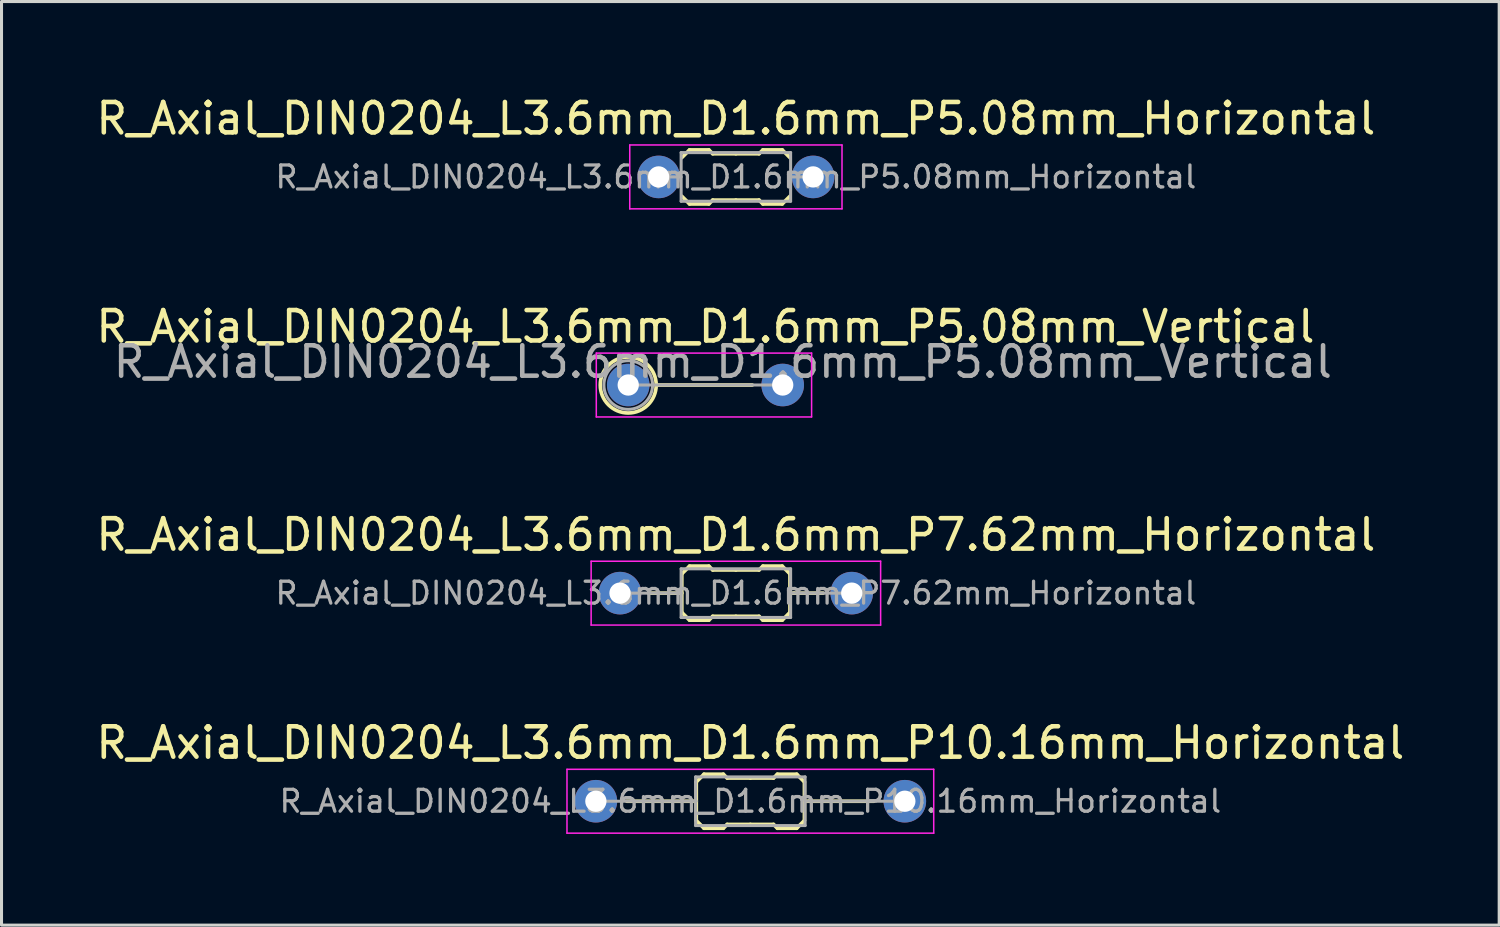
<source format=kicad_pcb>
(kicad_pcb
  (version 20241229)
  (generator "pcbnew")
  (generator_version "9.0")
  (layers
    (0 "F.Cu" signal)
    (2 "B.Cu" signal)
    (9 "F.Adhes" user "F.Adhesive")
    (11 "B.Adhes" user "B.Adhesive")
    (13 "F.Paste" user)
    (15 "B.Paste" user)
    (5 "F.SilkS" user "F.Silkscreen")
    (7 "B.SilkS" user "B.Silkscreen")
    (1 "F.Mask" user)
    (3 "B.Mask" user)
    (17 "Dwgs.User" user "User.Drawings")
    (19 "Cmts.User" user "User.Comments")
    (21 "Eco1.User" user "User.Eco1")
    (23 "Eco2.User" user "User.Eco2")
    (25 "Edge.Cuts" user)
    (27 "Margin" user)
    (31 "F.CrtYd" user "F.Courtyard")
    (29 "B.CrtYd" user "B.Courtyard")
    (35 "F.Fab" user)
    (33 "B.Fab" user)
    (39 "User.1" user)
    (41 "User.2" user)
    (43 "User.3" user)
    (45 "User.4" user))
  (footprint "R_Axial_DIN0204_L3.6mm_D1.6mm_P5.08mm_Vertical"
    (layer "F.Cu")
    (at 17.609 9.611)
    (property "Reference" "R_Axial_DIN0204_L3.6mm_D1.6mm_P5.08mm_Vertical" (at 2.54 -1.92 0) (layer "F.SilkS") (effects (font (size 1 1) (thickness 0.15))))
    (attr through_hole)
    (fp_line (start 0.92 0) (end 4.08 0) (stroke (width 0.12) (type solid)) (layer "F.SilkS"))
    (fp_circle (center 0 0) (end 0.92 0) (stroke (width 0.12) (type solid)) (fill no) (layer "F.SilkS"))
    (fp_line (start -1.05 -1.05) (end -1.05 1.05) (stroke (width 0.05) (type solid)) (layer "F.CrtYd"))
    (fp_line (start -1.05 1.05) (end 6.03 1.05) (stroke (width 0.05) (type solid)) (layer "F.CrtYd"))
    (fp_line (start 6.03 -1.05) (end -1.05 -1.05) (stroke (width 0.05) (type solid)) (layer "F.CrtYd"))
    (fp_line (start 6.03 1.05) (end 6.03 -1.05) (stroke (width 0.05) (type solid)) (layer "F.CrtYd"))
    (fp_line (start 0 0) (end 5.08 0) (stroke (width 0.1) (type solid)) (layer "F.Fab"))
    (fp_circle (center 0 0) (end 0.8 0) (stroke (width 0.1) (type solid)) (fill no) (layer "F.Fab"))
    (fp_text user "${REFERENCE}" (at 3.111 -0.762 0) (layer "F.Fab") (effects (font (size 1 1) (thickness 0.15))))
    (pad "1" thru_hole circle (at 0 0) (size 1.4 1.4) (drill 0.7) (layers "*.Cu" "*.Mask"))
    (pad "2" thru_hole oval (at 5.08 0) (size 1.4 1.4) (drill 0.7) (layers "*.Cu" "*.Mask")))
  (footprint "R_Axial_DIN0204_L3.6mm_D1.6mm_P10.16mm_Horizontal"
    (layer "F.Cu")
    (at 16.545 23.298)
    (property "Reference" "R_Axial_DIN0204_L3.6mm_D1.6mm_P10.16mm_Horizontal" (at 5.08 -1.92 0) (layer "F.SilkS") (effects (font (size 1 1) (thickness 0.15))))
    (attr through_hole)
    (fp_line (start 1.016 0) (end 3.16 0) (stroke (width 0.12) (type solid)) (layer "F.SilkS"))
    (fp_line (start 3.16 0) (end 3.302 0) (stroke (width 0.12) (type solid)) (layer "F.SilkS"))
    (fp_line (start 3.302 -0.635) (end 3.556 -0.889) (stroke (width 0.12) (type solid)) (layer "F.SilkS"))
    (fp_line (start 3.302 0.635) (end 3.302 -0.635) (stroke (width 0.12) (type solid)) (layer "F.SilkS"))
    (fp_line (start 3.302 0.635) (end 3.556 0.889) (stroke (width 0.12) (type solid)) (layer "F.SilkS"))
    (fp_line (start 3.556 -0.889) (end 4.191 -0.889) (stroke (width 0.12) (type solid)) (layer "F.SilkS"))
    (fp_line (start 3.556 0.889) (end 4.191 0.889) (stroke (width 0.12) (type solid)) (layer "F.SilkS"))
    (fp_line (start 4.191 -0.889) (end 4.318 -0.762) (stroke (width 0.12) (type solid)) (layer "F.SilkS"))
    (fp_line (start 4.191 0.889) (end 4.318 0.762) (stroke (width 0.12) (type solid)) (layer "F.SilkS"))
    (fp_line (start 4.318 -0.762) (end 5.08 -0.762) (stroke (width 0.12) (type solid)) (layer "F.SilkS"))
    (fp_line (start 4.318 0.762) (end 5.08 0.762) (stroke (width 0.12) (type solid)) (layer "F.SilkS"))
    (fp_line (start 5.842 -0.762) (end 5.08 -0.762) (stroke (width 0.12) (type solid)) (layer "F.SilkS"))
    (fp_line (start 5.842 0.762) (end 5.08 0.762) (stroke (width 0.12) (type solid)) (layer "F.SilkS"))
    (fp_line (start 5.969 -0.889) (end 5.842 -0.762) (stroke (width 0.12) (type solid)) (layer "F.SilkS"))
    (fp_line (start 5.969 0.889) (end 5.842 0.762) (stroke (width 0.12) (type solid)) (layer "F.SilkS"))
    (fp_line (start 6.604 -0.889) (end 5.969 -0.889) (stroke (width 0.12) (type solid)) (layer "F.SilkS"))
    (fp_line (start 6.604 0.889) (end 5.969 0.889) (stroke (width 0.12) (type solid)) (layer "F.SilkS"))
    (fp_line (start 6.858 -0.635) (end 6.604 -0.889) (stroke (width 0.12) (type solid)) (layer "F.SilkS"))
    (fp_line (start 6.858 -0.635) (end 6.858 0.635) (stroke (width 0.12) (type solid)) (layer "F.SilkS"))
    (fp_line (start 6.858 0.635) (end 6.604 0.889) (stroke (width 0.12) (type solid)) (layer "F.SilkS"))
    (fp_line (start 6.985 0) (end 6.858 0) (stroke (width 0.12) (type solid)) (layer "F.SilkS"))
    (fp_line (start 9.144 0) (end 7 0) (stroke (width 0.12) (type solid)) (layer "F.SilkS"))
    (fp_line (start -0.95 -1.05) (end -0.95 1.05) (stroke (width 0.05) (type solid)) (layer "F.CrtYd"))
    (fp_line (start -0.95 1.05) (end 11.11 1.05) (stroke (width 0.05) (type solid)) (layer "F.CrtYd"))
    (fp_line (start 11.11 -1.05) (end -0.95 -1.05) (stroke (width 0.05) (type solid)) (layer "F.CrtYd"))
    (fp_line (start 11.11 1.05) (end 11.11 -1.05) (stroke (width 0.05) (type solid)) (layer "F.CrtYd"))
    (fp_line (start 0 0) (end 3.302 0) (stroke (width 0.1) (type solid)) (layer "F.Fab"))
    (fp_line (start 3.28 -0.8) (end 3.28 0.8) (stroke (width 0.1) (type solid)) (layer "F.Fab"))
    (fp_line (start 3.28 0.8) (end 6.88 0.8) (stroke (width 0.1) (type solid)) (layer "F.Fab"))
    (fp_line (start 6.88 -0.8) (end 3.28 -0.8) (stroke (width 0.1) (type solid)) (layer "F.Fab"))
    (fp_line (start 6.88 0.8) (end 6.88 -0.8) (stroke (width 0.1) (type solid)) (layer "F.Fab"))
    (fp_line (start 10.16 0) (end 6.88 0) (stroke (width 0.1) (type solid)) (layer "F.Fab"))
    (fp_text user "${REFERENCE}" (at 5.08 0 0) (layer "F.Fab") (effects (font (size 0.72 0.72) (thickness 0.108))))
    (pad "1" thru_hole circle (at 0 0) (size 1.4 1.4) (drill 0.7) (layers "*.Cu" "*.Mask"))
    (pad "2" thru_hole oval (at 10.16 0) (size 1.4 1.4) (drill 0.7) (layers "*.Cu" "*.Mask")))
  (footprint "R_Axial_DIN0204_L3.6mm_D1.6mm_P5.08mm_Horizontal"
    (layer "F.Cu")
    (at 18.609 2.768)
    (property "Reference" "R_Axial_DIN0204_L3.6mm_D1.6mm_P5.08mm_Horizontal" (at 2.54 -1.92 0) (layer "F.SilkS") (effects (font (size 1 1) (thickness 0.15))))
    (attr through_hole)
    (fp_line (start 0.762 -0.635) (end 1.016 -0.889) (stroke (width 0.12) (type solid)) (layer "F.SilkS"))
    (fp_line (start 0.762 0.635) (end 1.016 0.889) (stroke (width 0.12) (type solid)) (layer "F.SilkS"))
    (fp_line (start 1.016 -0.889) (end 1.651 -0.889) (stroke (width 0.12) (type solid)) (layer "F.SilkS"))
    (fp_line (start 1.016 0.889) (end 1.651 0.889) (stroke (width 0.12) (type solid)) (layer "F.SilkS"))
    (fp_line (start 1.651 -0.889) (end 1.778 -0.762) (stroke (width 0.12) (type solid)) (layer "F.SilkS"))
    (fp_line (start 1.651 0.889) (end 1.778 0.762) (stroke (width 0.12) (type solid)) (layer "F.SilkS"))
    (fp_line (start 1.778 -0.762) (end 2.54 -0.762) (stroke (width 0.12) (type solid)) (layer "F.SilkS"))
    (fp_line (start 1.778 0.762) (end 2.54 0.762) (stroke (width 0.12) (type solid)) (layer "F.SilkS"))
    (fp_line (start 3.302 -0.762) (end 2.54 -0.762) (stroke (width 0.12) (type solid)) (layer "F.SilkS"))
    (fp_line (start 3.302 0.762) (end 2.54 0.762) (stroke (width 0.12) (type solid)) (layer "F.SilkS"))
    (fp_line (start 3.429 -0.889) (end 3.302 -0.762) (stroke (width 0.12) (type solid)) (layer "F.SilkS"))
    (fp_line (start 3.429 0.889) (end 3.302 0.762) (stroke (width 0.12) (type solid)) (layer "F.SilkS"))
    (fp_line (start 4.064 -0.889) (end 3.429 -0.889) (stroke (width 0.12) (type solid)) (layer "F.SilkS"))
    (fp_line (start 4.064 0.889) (end 3.429 0.889) (stroke (width 0.12) (type solid)) (layer "F.SilkS"))
    (fp_line (start 4.318 -0.635) (end 4.064 -0.889) (stroke (width 0.12) (type solid)) (layer "F.SilkS"))
    (fp_line (start 4.318 0.635) (end 4.064 0.889) (stroke (width 0.12) (type solid)) (layer "F.SilkS"))
    (fp_line (start -0.95 -1.05) (end -0.95 1.05) (stroke (width 0.05) (type solid)) (layer "F.CrtYd"))
    (fp_line (start -0.95 1.05) (end 6.03 1.05) (stroke (width 0.05) (type solid)) (layer "F.CrtYd"))
    (fp_line (start 6.03 -1.05) (end -0.95 -1.05) (stroke (width 0.05) (type solid)) (layer "F.CrtYd"))
    (fp_line (start 6.03 1.05) (end 6.03 -1.05) (stroke (width 0.05) (type solid)) (layer "F.CrtYd"))
    (fp_line (start 0 0) (end 0.74 0) (stroke (width 0.1) (type solid)) (layer "F.Fab"))
    (fp_line (start 0.74 -0.8) (end 0.74 0.8) (stroke (width 0.1) (type solid)) (layer "F.Fab"))
    (fp_line (start 0.74 0.8) (end 4.34 0.8) (stroke (width 0.1) (type solid)) (layer "F.Fab"))
    (fp_line (start 4.34 -0.8) (end 0.74 -0.8) (stroke (width 0.1) (type solid)) (layer "F.Fab"))
    (fp_line (start 4.34 0.8) (end 4.34 -0.8) (stroke (width 0.1) (type solid)) (layer "F.Fab"))
    (fp_line (start 5.08 0) (end 4.34 0) (stroke (width 0.1) (type solid)) (layer "F.Fab"))
    (fp_text user "${REFERENCE}" (at 2.54 0 0) (layer "F.Fab") (effects (font (size 0.72 0.72) (thickness 0.108))))
    (pad "1" thru_hole circle (at 0 0) (size 1.4 1.4) (drill 0.7) (layers "*.Cu" "*.Mask"))
    (pad "2" thru_hole oval (at 5.08 0) (size 1.4 1.4) (drill 0.7) (layers "*.Cu" "*.Mask")))
  (footprint "R_Axial_DIN0204_L3.6mm_D1.6mm_P7.62mm_Horizontal"
    (layer "F.Cu")
    (at 17.339 16.455)
    (property "Reference" "R_Axial_DIN0204_L3.6mm_D1.6mm_P7.62mm_Horizontal" (at 3.81 -1.92 0) (layer "F.SilkS") (effects (font (size 1 1) (thickness 0.15))))
    (attr through_hole)
    (fp_line (start 0.94 0) (end 1.89 0) (stroke (width 0.12) (type solid)) (layer "F.SilkS"))
    (fp_line (start 1.89 0) (end 2.032 0) (stroke (width 0.12) (type solid)) (layer "F.SilkS"))
    (fp_line (start 2.032 -0.635) (end 2.286 -0.889) (stroke (width 0.12) (type solid)) (layer "F.SilkS"))
    (fp_line (start 2.032 0.635) (end 2.032 -0.635) (stroke (width 0.12) (type solid)) (layer "F.SilkS"))
    (fp_line (start 2.032 0.635) (end 2.286 0.889) (stroke (width 0.12) (type solid)) (layer "F.SilkS"))
    (fp_line (start 2.286 -0.889) (end 2.921 -0.889) (stroke (width 0.12) (type solid)) (layer "F.SilkS"))
    (fp_line (start 2.286 0.889) (end 2.921 0.889) (stroke (width 0.12) (type solid)) (layer "F.SilkS"))
    (fp_line (start 2.921 -0.889) (end 3.048 -0.762) (stroke (width 0.12) (type solid)) (layer "F.SilkS"))
    (fp_line (start 2.921 0.889) (end 3.048 0.762) (stroke (width 0.12) (type solid)) (layer "F.SilkS"))
    (fp_line (start 3.048 -0.762) (end 3.81 -0.762) (stroke (width 0.12) (type solid)) (layer "F.SilkS"))
    (fp_line (start 3.048 0.762) (end 3.81 0.762) (stroke (width 0.12) (type solid)) (layer "F.SilkS"))
    (fp_line (start 4.572 -0.762) (end 3.81 -0.762) (stroke (width 0.12) (type solid)) (layer "F.SilkS"))
    (fp_line (start 4.572 0.762) (end 3.81 0.762) (stroke (width 0.12) (type solid)) (layer "F.SilkS"))
    (fp_line (start 4.699 -0.889) (end 4.572 -0.762) (stroke (width 0.12) (type solid)) (layer "F.SilkS"))
    (fp_line (start 4.699 0.889) (end 4.572 0.762) (stroke (width 0.12) (type solid)) (layer "F.SilkS"))
    (fp_line (start 5.334 -0.889) (end 4.699 -0.889) (stroke (width 0.12) (type solid)) (layer "F.SilkS"))
    (fp_line (start 5.334 0.889) (end 4.699 0.889) (stroke (width 0.12) (type solid)) (layer "F.SilkS"))
    (fp_line (start 5.588 -0.635) (end 5.334 -0.889) (stroke (width 0.12) (type solid)) (layer "F.SilkS"))
    (fp_line (start 5.588 -0.635) (end 5.588 0.635) (stroke (width 0.12) (type solid)) (layer "F.SilkS"))
    (fp_line (start 5.588 0.635) (end 5.334 0.889) (stroke (width 0.12) (type solid)) (layer "F.SilkS"))
    (fp_line (start 5.715 0) (end 5.588 0) (stroke (width 0.12) (type solid)) (layer "F.SilkS"))
    (fp_line (start 6.68 0) (end 5.73 0) (stroke (width 0.12) (type solid)) (layer "F.SilkS"))
    (fp_line (start -0.95 -1.05) (end -0.95 1.05) (stroke (width 0.05) (type solid)) (layer "F.CrtYd"))
    (fp_line (start -0.95 1.05) (end 8.57 1.05) (stroke (width 0.05) (type solid)) (layer "F.CrtYd"))
    (fp_line (start 8.57 -1.05) (end -0.95 -1.05) (stroke (width 0.05) (type solid)) (layer "F.CrtYd"))
    (fp_line (start 8.57 1.05) (end 8.57 -1.05) (stroke (width 0.05) (type solid)) (layer "F.CrtYd"))
    (fp_line (start 0 0) (end 2.01 0) (stroke (width 0.1) (type solid)) (layer "F.Fab"))
    (fp_line (start 2.01 -0.8) (end 2.01 0.8) (stroke (width 0.1) (type solid)) (layer "F.Fab"))
    (fp_line (start 2.01 0.8) (end 5.61 0.8) (stroke (width 0.1) (type solid)) (layer "F.Fab"))
    (fp_line (start 5.61 -0.8) (end 2.01 -0.8) (stroke (width 0.1) (type solid)) (layer "F.Fab"))
    (fp_line (start 5.61 0.8) (end 5.61 -0.8) (stroke (width 0.1) (type solid)) (layer "F.Fab"))
    (fp_line (start 7.62 0) (end 5.61 0) (stroke (width 0.1) (type solid)) (layer "F.Fab"))
    (fp_text user "${REFERENCE}" (at 3.81 0 0) (layer "F.Fab") (effects (font (size 0.72 0.72) (thickness 0.108))))
    (pad "1" thru_hole circle (at 0 0) (size 1.4 1.4) (drill 0.7) (layers "*.Cu" "*.Mask"))
    (pad "2" thru_hole oval (at 7.62 0) (size 1.4 1.4) (drill 0.7) (layers "*.Cu" "*.Mask")))
  (gr_rect
    (start -3 -3)
    (end 46.25 27.373)
    (stroke (width 0.1) (type default))
    (fill no)
    (layer "Edge.Cuts")))
</source>
